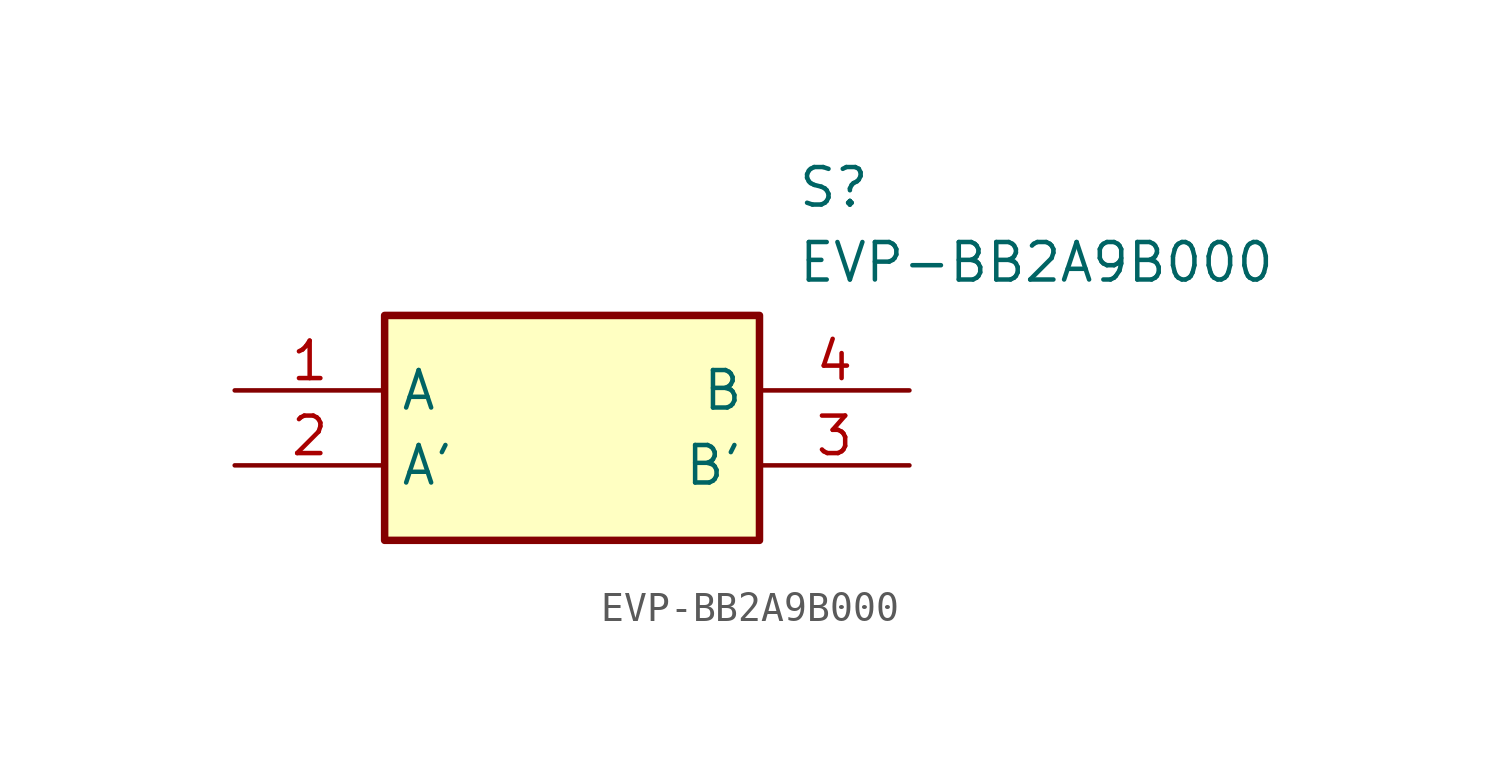
<source format=kicad_sym>
(kicad_symbol_lib
  (version 20211014)
  (generator SamacSys_ECAD_Model)
  (symbol "EVP-BB2A9B000"
    (property "Reference" "S"
      (at 19.05 7.62 0)
      (effects (font (size 1.27 1.27)) (justify left top)))
    (property "Value" "EVP-BB2A9B000"
      (at 19.05 5.08 0)
      (effects (font (size 1.27 1.27)) (justify left top)))
    (rectangle
      (start 5.08 2.54)
      (end 17.78 -5.08)
      (stroke (width 0.254) (type default))
      (fill (type background)))
    (pin passive line
      (at 0 0 0)
      (length 5.08)
      (name "A" (effects (font (size 1.27 1.27))))
      (number "1" (effects (font (size 1.27 1.27)))))
    (pin passive line
      (at 0 -2.54 0)
      (length 5.08)
      (name "A'" (effects (font (size 1.27 1.27))))
      (number "2" (effects (font (size 1.27 1.27)))))
    (pin passive line
      (at 22.86 -2.54 180)
      (length 5.08)
      (name "B'" (effects (font (size 1.27 1.27))))
      (number "3" (effects (font (size 1.27 1.27)))))
    (pin passive line
      (at 22.86 0 180)
      (length 5.08)
      (name "B" (effects (font (size 1.27 1.27))))
      (number "4" (effects (font (size 1.27 1.27)))))))
</source>
